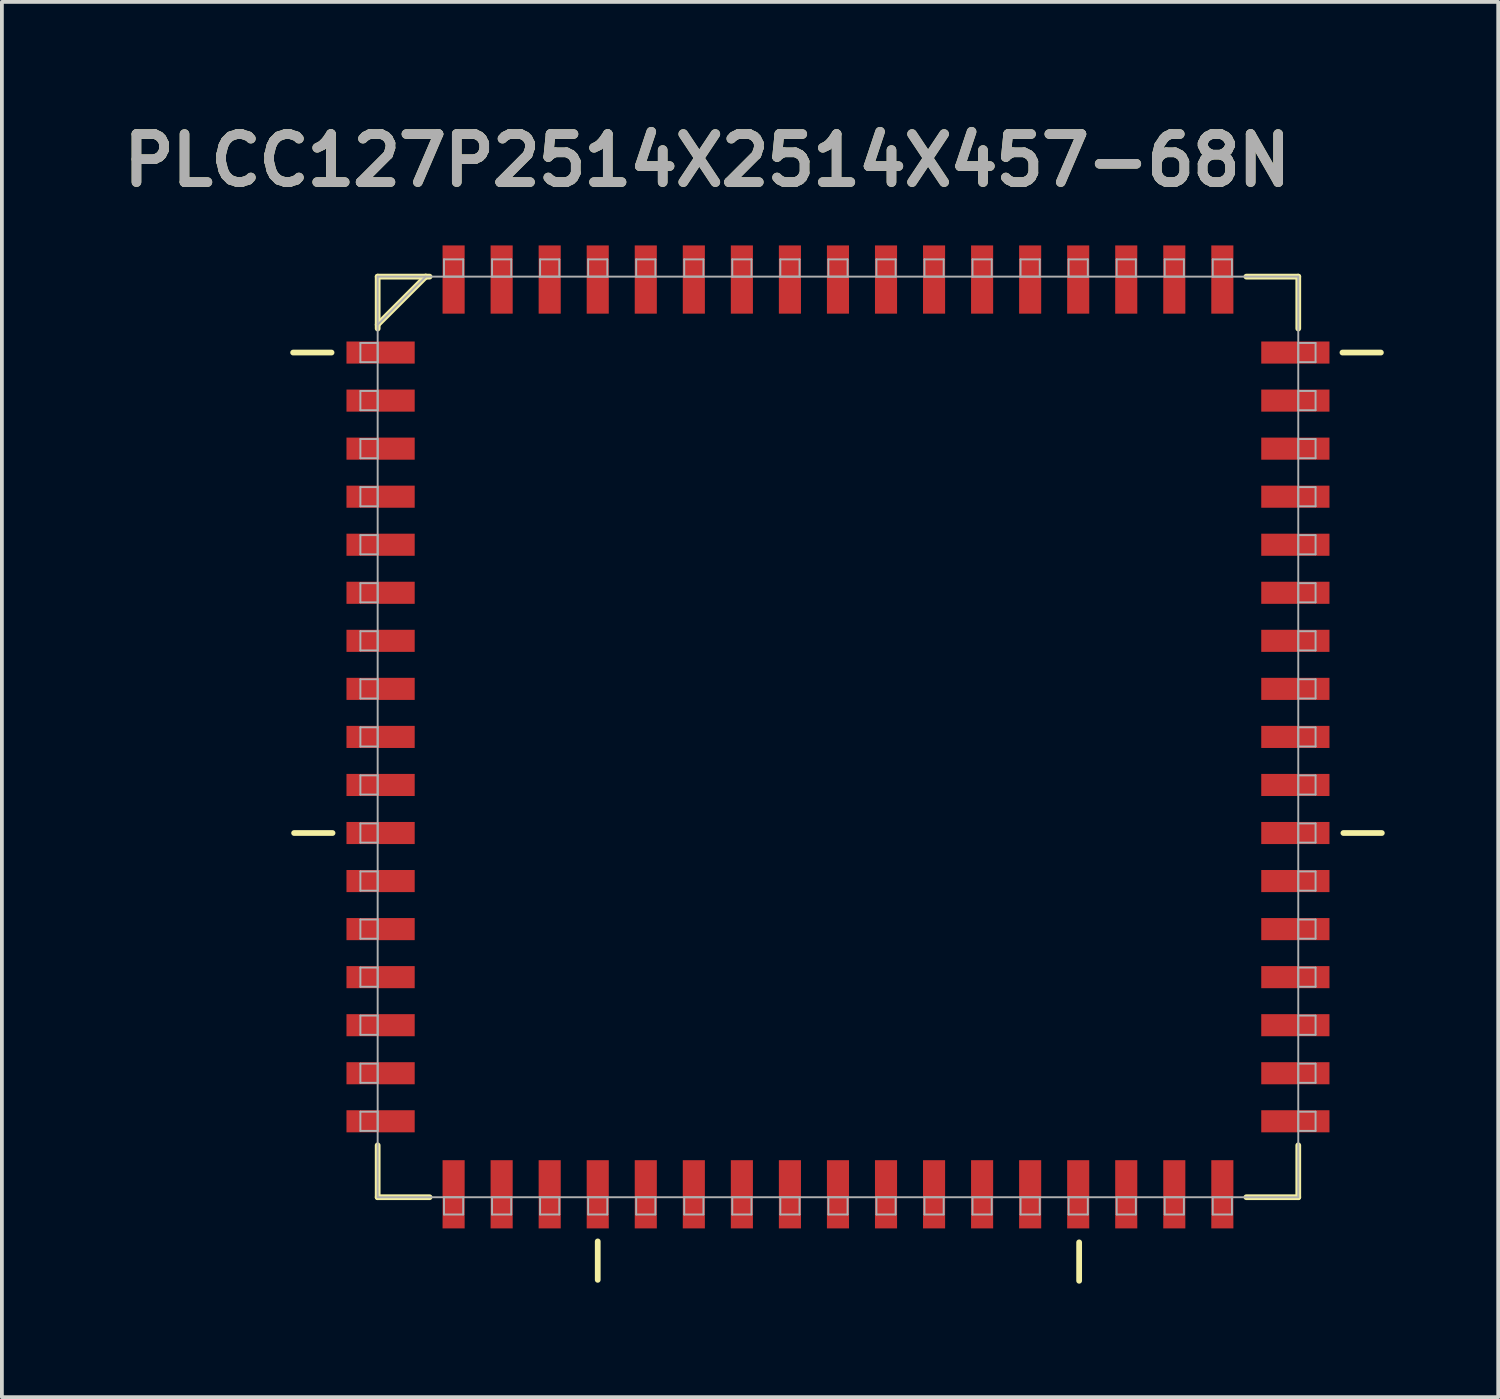
<source format=kicad_pcb>
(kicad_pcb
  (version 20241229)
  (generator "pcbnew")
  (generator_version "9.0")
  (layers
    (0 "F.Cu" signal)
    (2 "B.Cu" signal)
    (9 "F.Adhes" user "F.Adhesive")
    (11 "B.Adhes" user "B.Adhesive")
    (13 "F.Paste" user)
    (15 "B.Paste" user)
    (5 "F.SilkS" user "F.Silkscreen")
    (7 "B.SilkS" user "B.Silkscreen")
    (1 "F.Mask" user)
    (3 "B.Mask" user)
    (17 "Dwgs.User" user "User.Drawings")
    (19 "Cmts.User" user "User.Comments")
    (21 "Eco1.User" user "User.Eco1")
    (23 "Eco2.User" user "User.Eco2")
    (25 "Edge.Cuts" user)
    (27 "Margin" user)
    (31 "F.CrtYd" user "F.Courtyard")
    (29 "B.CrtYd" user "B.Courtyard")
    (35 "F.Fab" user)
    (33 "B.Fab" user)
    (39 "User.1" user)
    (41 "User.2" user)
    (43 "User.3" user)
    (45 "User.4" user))
  (footprint "PLCC127P2514X2514X457-68N"
    (layer "F.Cu")
    (at 19.1 16.429)
    (property "Reference" "PLCC127P2514X2514X457-68N" (at -3.454 -15.24 0) (layer "F.SilkS") (effects (font (size 1.27 1.27) (thickness 0.254))))
    (attr smd)
    (fp_line (start -14.402 -10.16) (end -13.386 -10.16) (stroke (width 0.152) (type solid)) (layer "F.SilkS"))
    (fp_line (start -13.36 2.54) (end -14.376 2.54) (stroke (width 0.152) (type solid)) (layer "F.SilkS"))
    (fp_line (start -12.167 -12.167) (end -12.167 -10.795) (stroke (width 0.152) (type solid)) (layer "F.SilkS"))
    (fp_line (start -12.167 -10.897) (end -10.897 -12.167) (stroke (width 0.152) (type solid)) (layer "F.SilkS"))
    (fp_line (start -12.167 10.795) (end -12.167 12.167) (stroke (width 0.152) (type solid)) (layer "F.SilkS"))
    (fp_line (start -12.167 12.167) (end -10.795 12.167) (stroke (width 0.152) (type solid)) (layer "F.SilkS"))
    (fp_line (start -10.897 -12.167) (end -12.167 -12.167) (stroke (width 0.152) (type solid)) (layer "F.SilkS"))
    (fp_line (start -10.795 -12.167) (end -10.897 -12.167) (stroke (width 0.152) (type solid)) (layer "F.SilkS"))
    (fp_line (start -6.35 13.335) (end -6.35 14.351) (stroke (width 0.152) (type solid)) (layer "F.SilkS"))
    (fp_line (start 6.375 13.36) (end 6.375 14.376) (stroke (width 0.152) (type solid)) (layer "F.SilkS"))
    (fp_line (start 10.795 12.167) (end 12.167 12.167) (stroke (width 0.152) (type solid)) (layer "F.SilkS"))
    (fp_line (start 12.167 -12.167) (end 10.795 -12.167) (stroke (width 0.152) (type solid)) (layer "F.SilkS"))
    (fp_line (start 12.167 -10.795) (end 12.167 -12.167) (stroke (width 0.152) (type solid)) (layer "F.SilkS"))
    (fp_line (start 12.167 12.167) (end 12.167 10.795) (stroke (width 0.152) (type solid)) (layer "F.SilkS"))
    (fp_line (start 13.335 -10.16) (end 14.351 -10.16) (stroke (width 0.152) (type solid)) (layer "F.SilkS"))
    (fp_line (start 13.36 2.54) (end 14.376 2.54) (stroke (width 0.152) (type solid)) (layer "F.SilkS"))
    (fp_line (start -12.624 -10.414) (end -12.624 -9.906) (stroke (width 0.051) (type solid)) (layer "F.Fab"))
    (fp_line (start -12.624 -9.906) (end -12.167 -9.906) (stroke (width 0.051) (type solid)) (layer "F.Fab"))
    (fp_line (start -12.624 -9.144) (end -12.624 -8.636) (stroke (width 0.051) (type solid)) (layer "F.Fab"))
    (fp_line (start -12.624 -8.636) (end -12.167 -8.636) (stroke (width 0.051) (type solid)) (layer "F.Fab"))
    (fp_line (start -12.624 -7.874) (end -12.624 -7.366) (stroke (width 0.051) (type solid)) (layer "F.Fab"))
    (fp_line (start -12.624 -7.366) (end -12.167 -7.366) (stroke (width 0.051) (type solid)) (layer "F.Fab"))
    (fp_line (start -12.624 -6.604) (end -12.624 -6.096) (stroke (width 0.051) (type solid)) (layer "F.Fab"))
    (fp_line (start -12.624 -6.096) (end -12.167 -6.096) (stroke (width 0.051) (type solid)) (layer "F.Fab"))
    (fp_line (start -12.624 -5.334) (end -12.624 -4.826) (stroke (width 0.051) (type solid)) (layer "F.Fab"))
    (fp_line (start -12.624 -4.826) (end -12.167 -4.826) (stroke (width 0.051) (type solid)) (layer "F.Fab"))
    (fp_line (start -12.624 -4.064) (end -12.624 -3.556) (stroke (width 0.051) (type solid)) (layer "F.Fab"))
    (fp_line (start -12.624 -3.556) (end -12.167 -3.556) (stroke (width 0.051) (type solid)) (layer "F.Fab"))
    (fp_line (start -12.624 -2.794) (end -12.624 -2.286) (stroke (width 0.051) (type solid)) (layer "F.Fab"))
    (fp_line (start -12.624 -2.286) (end -12.167 -2.286) (stroke (width 0.051) (type solid)) (layer "F.Fab"))
    (fp_line (start -12.624 -1.524) (end -12.624 -1.016) (stroke (width 0.051) (type solid)) (layer "F.Fab"))
    (fp_line (start -12.624 -1.016) (end -12.167 -1.016) (stroke (width 0.051) (type solid)) (layer "F.Fab"))
    (fp_line (start -12.624 -0.254) (end -12.624 0.254) (stroke (width 0.051) (type solid)) (layer "F.Fab"))
    (fp_line (start -12.624 0.254) (end -12.167 0.254) (stroke (width 0.051) (type solid)) (layer "F.Fab"))
    (fp_line (start -12.624 1.016) (end -12.624 1.524) (stroke (width 0.051) (type solid)) (layer "F.Fab"))
    (fp_line (start -12.624 1.524) (end -12.167 1.524) (stroke (width 0.051) (type solid)) (layer "F.Fab"))
    (fp_line (start -12.624 2.286) (end -12.624 2.794) (stroke (width 0.051) (type solid)) (layer "F.Fab"))
    (fp_line (start -12.624 2.794) (end -12.167 2.794) (stroke (width 0.051) (type solid)) (layer "F.Fab"))
    (fp_line (start -12.624 3.556) (end -12.624 4.064) (stroke (width 0.051) (type solid)) (layer "F.Fab"))
    (fp_line (start -12.624 4.064) (end -12.167 4.064) (stroke (width 0.051) (type solid)) (layer "F.Fab"))
    (fp_line (start -12.624 4.826) (end -12.624 5.334) (stroke (width 0.051) (type solid)) (layer "F.Fab"))
    (fp_line (start -12.624 5.334) (end -12.167 5.334) (stroke (width 0.051) (type solid)) (layer "F.Fab"))
    (fp_line (start -12.624 6.096) (end -12.624 6.604) (stroke (width 0.051) (type solid)) (layer "F.Fab"))
    (fp_line (start -12.624 6.604) (end -12.167 6.604) (stroke (width 0.051) (type solid)) (layer "F.Fab"))
    (fp_line (start -12.624 7.366) (end -12.624 7.874) (stroke (width 0.051) (type solid)) (layer "F.Fab"))
    (fp_line (start -12.624 7.874) (end -12.167 7.874) (stroke (width 0.051) (type solid)) (layer "F.Fab"))
    (fp_line (start -12.624 8.636) (end -12.624 9.144) (stroke (width 0.051) (type solid)) (layer "F.Fab"))
    (fp_line (start -12.624 9.144) (end -12.167 9.144) (stroke (width 0.051) (type solid)) (layer "F.Fab"))
    (fp_line (start -12.624 9.906) (end -12.624 10.414) (stroke (width 0.051) (type solid)) (layer "F.Fab"))
    (fp_line (start -12.624 10.414) (end -12.167 10.414) (stroke (width 0.051) (type solid)) (layer "F.Fab"))
    (fp_line (start -12.167 -12.167) (end -12.167 12.167) (stroke (width 0.051) (type solid)) (layer "F.Fab"))
    (fp_line (start -12.167 -10.897) (end -10.897 -12.167) (stroke (width 0.051) (type solid)) (layer "F.Fab"))
    (fp_line (start -12.167 -10.414) (end -12.624 -10.414) (stroke (width 0.051) (type solid)) (layer "F.Fab"))
    (fp_line (start -12.167 -9.906) (end -12.167 -10.414) (stroke (width 0.051) (type solid)) (layer "F.Fab"))
    (fp_line (start -12.167 -9.144) (end -12.624 -9.144) (stroke (width 0.051) (type solid)) (layer "F.Fab"))
    (fp_line (start -12.167 -8.636) (end -12.167 -9.144) (stroke (width 0.051) (type solid)) (layer "F.Fab"))
    (fp_line (start -12.167 -7.874) (end -12.624 -7.874) (stroke (width 0.051) (type solid)) (layer "F.Fab"))
    (fp_line (start -12.167 -7.366) (end -12.167 -7.874) (stroke (width 0.051) (type solid)) (layer "F.Fab"))
    (fp_line (start -12.167 -6.604) (end -12.624 -6.604) (stroke (width 0.051) (type solid)) (layer "F.Fab"))
    (fp_line (start -12.167 -6.096) (end -12.167 -6.604) (stroke (width 0.051) (type solid)) (layer "F.Fab"))
    (fp_line (start -12.167 -5.334) (end -12.624 -5.334) (stroke (width 0.051) (type solid)) (layer "F.Fab"))
    (fp_line (start -12.167 -4.826) (end -12.167 -5.334) (stroke (width 0.051) (type solid)) (layer "F.Fab"))
    (fp_line (start -12.167 -4.064) (end -12.624 -4.064) (stroke (width 0.051) (type solid)) (layer "F.Fab"))
    (fp_line (start -12.167 -3.556) (end -12.167 -4.064) (stroke (width 0.051) (type solid)) (layer "F.Fab"))
    (fp_line (start -12.167 -2.794) (end -12.624 -2.794) (stroke (width 0.051) (type solid)) (layer "F.Fab"))
    (fp_line (start -12.167 -2.286) (end -12.167 -2.794) (stroke (width 0.051) (type solid)) (layer "F.Fab"))
    (fp_line (start -12.167 -1.524) (end -12.624 -1.524) (stroke (width 0.051) (type solid)) (layer "F.Fab"))
    (fp_line (start -12.167 -1.016) (end -12.167 -1.524) (stroke (width 0.051) (type solid)) (layer "F.Fab"))
    (fp_line (start -12.167 -0.254) (end -12.624 -0.254) (stroke (width 0.051) (type solid)) (layer "F.Fab"))
    (fp_line (start -12.167 0.254) (end -12.167 -0.254) (stroke (width 0.051) (type solid)) (layer "F.Fab"))
    (fp_line (start -12.167 1.016) (end -12.624 1.016) (stroke (width 0.051) (type solid)) (layer "F.Fab"))
    (fp_line (start -12.167 1.524) (end -12.167 1.016) (stroke (width 0.051) (type solid)) (layer "F.Fab"))
    (fp_line (start -12.167 2.286) (end -12.624 2.286) (stroke (width 0.051) (type solid)) (layer "F.Fab"))
    (fp_line (start -12.167 2.794) (end -12.167 2.286) (stroke (width 0.051) (type solid)) (layer "F.Fab"))
    (fp_line (start -12.167 3.556) (end -12.624 3.556) (stroke (width 0.051) (type solid)) (layer "F.Fab"))
    (fp_line (start -12.167 4.064) (end -12.167 3.556) (stroke (width 0.051) (type solid)) (layer "F.Fab"))
    (fp_line (start -12.167 4.826) (end -12.624 4.826) (stroke (width 0.051) (type solid)) (layer "F.Fab"))
    (fp_line (start -12.167 5.334) (end -12.167 4.826) (stroke (width 0.051) (type solid)) (layer "F.Fab"))
    (fp_line (start -12.167 6.096) (end -12.624 6.096) (stroke (width 0.051) (type solid)) (layer "F.Fab"))
    (fp_line (start -12.167 6.604) (end -12.167 6.096) (stroke (width 0.051) (type solid)) (layer "F.Fab"))
    (fp_line (start -12.167 7.366) (end -12.624 7.366) (stroke (width 0.051) (type solid)) (layer "F.Fab"))
    (fp_line (start -12.167 7.874) (end -12.167 7.366) (stroke (width 0.051) (type solid)) (layer "F.Fab"))
    (fp_line (start -12.167 8.636) (end -12.624 8.636) (stroke (width 0.051) (type solid)) (layer "F.Fab"))
    (fp_line (start -12.167 9.144) (end -12.167 8.636) (stroke (width 0.051) (type solid)) (layer "F.Fab"))
    (fp_line (start -12.167 9.906) (end -12.624 9.906) (stroke (width 0.051) (type solid)) (layer "F.Fab"))
    (fp_line (start -12.167 10.414) (end -12.167 9.906) (stroke (width 0.051) (type solid)) (layer "F.Fab"))
    (fp_line (start -12.167 12.167) (end 12.167 12.167) (stroke (width 0.051) (type solid)) (layer "F.Fab"))
    (fp_line (start -10.414 -12.624) (end -10.414 -12.167) (stroke (width 0.051) (type solid)) (layer "F.Fab"))
    (fp_line (start -10.414 -12.167) (end -9.906 -12.167) (stroke (width 0.051) (type solid)) (layer "F.Fab"))
    (fp_line (start -10.414 12.167) (end -10.414 12.624) (stroke (width 0.051) (type solid)) (layer "F.Fab"))
    (fp_line (start -10.414 12.624) (end -9.906 12.624) (stroke (width 0.051) (type solid)) (layer "F.Fab"))
    (fp_line (start -9.906 -12.624) (end -10.414 -12.624) (stroke (width 0.051) (type solid)) (layer "F.Fab"))
    (fp_line (start -9.906 -12.167) (end -9.906 -12.624) (stroke (width 0.051) (type solid)) (layer "F.Fab"))
    (fp_line (start -9.906 12.167) (end -10.414 12.167) (stroke (width 0.051) (type solid)) (layer "F.Fab"))
    (fp_line (start -9.906 12.624) (end -9.906 12.167) (stroke (width 0.051) (type solid)) (layer "F.Fab"))
    (fp_line (start -9.144 -12.624) (end -9.144 -12.167) (stroke (width 0.051) (type solid)) (layer "F.Fab"))
    (fp_line (start -9.144 -12.167) (end -8.636 -12.167) (stroke (width 0.051) (type solid)) (layer "F.Fab"))
    (fp_line (start -9.144 12.167) (end -9.144 12.624) (stroke (width 0.051) (type solid)) (layer "F.Fab"))
    (fp_line (start -9.144 12.624) (end -8.636 12.624) (stroke (width 0.051) (type solid)) (layer "F.Fab"))
    (fp_line (start -8.636 -12.624) (end -9.144 -12.624) (stroke (width 0.051) (type solid)) (layer "F.Fab"))
    (fp_line (start -8.636 -12.167) (end -8.636 -12.624) (stroke (width 0.051) (type solid)) (layer "F.Fab"))
    (fp_line (start -8.636 12.167) (end -9.144 12.167) (stroke (width 0.051) (type solid)) (layer "F.Fab"))
    (fp_line (start -8.636 12.624) (end -8.636 12.167) (stroke (width 0.051) (type solid)) (layer "F.Fab"))
    (fp_line (start -7.874 -12.624) (end -7.874 -12.167) (stroke (width 0.051) (type solid)) (layer "F.Fab"))
    (fp_line (start -7.874 -12.167) (end -7.366 -12.167) (stroke (width 0.051) (type solid)) (layer "F.Fab"))
    (fp_line (start -7.874 12.167) (end -7.874 12.624) (stroke (width 0.051) (type solid)) (layer "F.Fab"))
    (fp_line (start -7.874 12.624) (end -7.366 12.624) (stroke (width 0.051) (type solid)) (layer "F.Fab"))
    (fp_line (start -7.366 -12.624) (end -7.874 -12.624) (stroke (width 0.051) (type solid)) (layer "F.Fab"))
    (fp_line (start -7.366 -12.167) (end -7.366 -12.624) (stroke (width 0.051) (type solid)) (layer "F.Fab"))
    (fp_line (start -7.366 12.167) (end -7.874 12.167) (stroke (width 0.051) (type solid)) (layer "F.Fab"))
    (fp_line (start -7.366 12.624) (end -7.366 12.167) (stroke (width 0.051) (type solid)) (layer "F.Fab"))
    (fp_line (start -6.604 -12.624) (end -6.604 -12.167) (stroke (width 0.051) (type solid)) (layer "F.Fab"))
    (fp_line (start -6.604 -12.167) (end -6.096 -12.167) (stroke (width 0.051) (type solid)) (layer "F.Fab"))
    (fp_line (start -6.604 12.167) (end -6.604 12.624) (stroke (width 0.051) (type solid)) (layer "F.Fab"))
    (fp_line (start -6.604 12.624) (end -6.096 12.624) (stroke (width 0.051) (type solid)) (layer "F.Fab"))
    (fp_line (start -6.096 -12.624) (end -6.604 -12.624) (stroke (width 0.051) (type solid)) (layer "F.Fab"))
    (fp_line (start -6.096 -12.167) (end -6.096 -12.624) (stroke (width 0.051) (type solid)) (layer "F.Fab"))
    (fp_line (start -6.096 12.167) (end -6.604 12.167) (stroke (width 0.051) (type solid)) (layer "F.Fab"))
    (fp_line (start -6.096 12.624) (end -6.096 12.167) (stroke (width 0.051) (type solid)) (layer "F.Fab"))
    (fp_line (start -5.334 -12.624) (end -5.334 -12.167) (stroke (width 0.051) (type solid)) (layer "F.Fab"))
    (fp_line (start -5.334 -12.167) (end -4.826 -12.167) (stroke (width 0.051) (type solid)) (layer "F.Fab"))
    (fp_line (start -5.334 12.167) (end -5.334 12.624) (stroke (width 0.051) (type solid)) (layer "F.Fab"))
    (fp_line (start -5.334 12.624) (end -4.826 12.624) (stroke (width 0.051) (type solid)) (layer "F.Fab"))
    (fp_line (start -4.826 -12.624) (end -5.334 -12.624) (stroke (width 0.051) (type solid)) (layer "F.Fab"))
    (fp_line (start -4.826 -12.167) (end -4.826 -12.624) (stroke (width 0.051) (type solid)) (layer "F.Fab"))
    (fp_line (start -4.826 12.167) (end -5.334 12.167) (stroke (width 0.051) (type solid)) (layer "F.Fab"))
    (fp_line (start -4.826 12.624) (end -4.826 12.167) (stroke (width 0.051) (type solid)) (layer "F.Fab"))
    (fp_line (start -4.064 -12.624) (end -4.064 -12.167) (stroke (width 0.051) (type solid)) (layer "F.Fab"))
    (fp_line (start -4.064 -12.167) (end -3.556 -12.167) (stroke (width 0.051) (type solid)) (layer "F.Fab"))
    (fp_line (start -4.064 12.167) (end -4.064 12.624) (stroke (width 0.051) (type solid)) (layer "F.Fab"))
    (fp_line (start -4.064 12.624) (end -3.556 12.624) (stroke (width 0.051) (type solid)) (layer "F.Fab"))
    (fp_line (start -3.556 -12.624) (end -4.064 -12.624) (stroke (width 0.051) (type solid)) (layer "F.Fab"))
    (fp_line (start -3.556 -12.167) (end -3.556 -12.624) (stroke (width 0.051) (type solid)) (layer "F.Fab"))
    (fp_line (start -3.556 12.167) (end -4.064 12.167) (stroke (width 0.051) (type solid)) (layer "F.Fab"))
    (fp_line (start -3.556 12.624) (end -3.556 12.167) (stroke (width 0.051) (type solid)) (layer "F.Fab"))
    (fp_line (start -2.794 -12.624) (end -2.794 -12.167) (stroke (width 0.051) (type solid)) (layer "F.Fab"))
    (fp_line (start -2.794 -12.167) (end -2.286 -12.167) (stroke (width 0.051) (type solid)) (layer "F.Fab"))
    (fp_line (start -2.794 12.167) (end -2.794 12.624) (stroke (width 0.051) (type solid)) (layer "F.Fab"))
    (fp_line (start -2.794 12.624) (end -2.286 12.624) (stroke (width 0.051) (type solid)) (layer "F.Fab"))
    (fp_line (start -2.286 -12.624) (end -2.794 -12.624) (stroke (width 0.051) (type solid)) (layer "F.Fab"))
    (fp_line (start -2.286 -12.167) (end -2.286 -12.624) (stroke (width 0.051) (type solid)) (layer "F.Fab"))
    (fp_line (start -2.286 12.167) (end -2.794 12.167) (stroke (width 0.051) (type solid)) (layer "F.Fab"))
    (fp_line (start -2.286 12.624) (end -2.286 12.167) (stroke (width 0.051) (type solid)) (layer "F.Fab"))
    (fp_line (start -1.524 -12.624) (end -1.524 -12.167) (stroke (width 0.051) (type solid)) (layer "F.Fab"))
    (fp_line (start -1.524 -12.167) (end -1.016 -12.167) (stroke (width 0.051) (type solid)) (layer "F.Fab"))
    (fp_line (start -1.524 12.167) (end -1.524 12.624) (stroke (width 0.051) (type solid)) (layer "F.Fab"))
    (fp_line (start -1.524 12.624) (end -1.016 12.624) (stroke (width 0.051) (type solid)) (layer "F.Fab"))
    (fp_line (start -1.016 -12.624) (end -1.524 -12.624) (stroke (width 0.051) (type solid)) (layer "F.Fab"))
    (fp_line (start -1.016 -12.167) (end -1.016 -12.624) (stroke (width 0.051) (type solid)) (layer "F.Fab"))
    (fp_line (start -1.016 12.167) (end -1.524 12.167) (stroke (width 0.051) (type solid)) (layer "F.Fab"))
    (fp_line (start -1.016 12.624) (end -1.016 12.167) (stroke (width 0.051) (type solid)) (layer "F.Fab"))
    (fp_line (start -0.254 -12.624) (end -0.254 -12.167) (stroke (width 0.051) (type solid)) (layer "F.Fab"))
    (fp_line (start -0.254 -12.167) (end 0.254 -12.167) (stroke (width 0.051) (type solid)) (layer "F.Fab"))
    (fp_line (start -0.254 12.167) (end -0.254 12.624) (stroke (width 0.051) (type solid)) (layer "F.Fab"))
    (fp_line (start -0.254 12.624) (end 0.254 12.624) (stroke (width 0.051) (type solid)) (layer "F.Fab"))
    (fp_line (start 0.254 -12.624) (end -0.254 -12.624) (stroke (width 0.051) (type solid)) (layer "F.Fab"))
    (fp_line (start 0.254 -12.167) (end 0.254 -12.624) (stroke (width 0.051) (type solid)) (layer "F.Fab"))
    (fp_line (start 0.254 12.167) (end -0.254 12.167) (stroke (width 0.051) (type solid)) (layer "F.Fab"))
    (fp_line (start 0.254 12.624) (end 0.254 12.167) (stroke (width 0.051) (type solid)) (layer "F.Fab"))
    (fp_line (start 1.016 -12.624) (end 1.016 -12.167) (stroke (width 0.051) (type solid)) (layer "F.Fab"))
    (fp_line (start 1.016 -12.167) (end 1.524 -12.167) (stroke (width 0.051) (type solid)) (layer "F.Fab"))
    (fp_line (start 1.016 12.167) (end 1.016 12.624) (stroke (width 0.051) (type solid)) (layer "F.Fab"))
    (fp_line (start 1.016 12.624) (end 1.524 12.624) (stroke (width 0.051) (type solid)) (layer "F.Fab"))
    (fp_line (start 1.524 -12.624) (end 1.016 -12.624) (stroke (width 0.051) (type solid)) (layer "F.Fab"))
    (fp_line (start 1.524 -12.167) (end 1.524 -12.624) (stroke (width 0.051) (type solid)) (layer "F.Fab"))
    (fp_line (start 1.524 12.167) (end 1.016 12.167) (stroke (width 0.051) (type solid)) (layer "F.Fab"))
    (fp_line (start 1.524 12.624) (end 1.524 12.167) (stroke (width 0.051) (type solid)) (layer "F.Fab"))
    (fp_line (start 2.286 -12.624) (end 2.286 -12.167) (stroke (width 0.051) (type solid)) (layer "F.Fab"))
    (fp_line (start 2.286 -12.167) (end 2.794 -12.167) (stroke (width 0.051) (type solid)) (layer "F.Fab"))
    (fp_line (start 2.286 12.167) (end 2.286 12.624) (stroke (width 0.051) (type solid)) (layer "F.Fab"))
    (fp_line (start 2.286 12.624) (end 2.794 12.624) (stroke (width 0.051) (type solid)) (layer "F.Fab"))
    (fp_line (start 2.794 -12.624) (end 2.286 -12.624) (stroke (width 0.051) (type solid)) (layer "F.Fab"))
    (fp_line (start 2.794 -12.167) (end 2.794 -12.624) (stroke (width 0.051) (type solid)) (layer "F.Fab"))
    (fp_line (start 2.794 12.167) (end 2.286 12.167) (stroke (width 0.051) (type solid)) (layer "F.Fab"))
    (fp_line (start 2.794 12.624) (end 2.794 12.167) (stroke (width 0.051) (type solid)) (layer "F.Fab"))
    (fp_line (start 3.556 -12.624) (end 3.556 -12.167) (stroke (width 0.051) (type solid)) (layer "F.Fab"))
    (fp_line (start 3.556 -12.167) (end 4.064 -12.167) (stroke (width 0.051) (type solid)) (layer "F.Fab"))
    (fp_line (start 3.556 12.167) (end 3.556 12.624) (stroke (width 0.051) (type solid)) (layer "F.Fab"))
    (fp_line (start 3.556 12.624) (end 4.064 12.624) (stroke (width 0.051) (type solid)) (layer "F.Fab"))
    (fp_line (start 4.064 -12.624) (end 3.556 -12.624) (stroke (width 0.051) (type solid)) (layer "F.Fab"))
    (fp_line (start 4.064 -12.167) (end 4.064 -12.624) (stroke (width 0.051) (type solid)) (layer "F.Fab"))
    (fp_line (start 4.064 12.167) (end 3.556 12.167) (stroke (width 0.051) (type solid)) (layer "F.Fab"))
    (fp_line (start 4.064 12.624) (end 4.064 12.167) (stroke (width 0.051) (type solid)) (layer "F.Fab"))
    (fp_line (start 4.826 -12.624) (end 4.826 -12.167) (stroke (width 0.051) (type solid)) (layer "F.Fab"))
    (fp_line (start 4.826 -12.167) (end 5.334 -12.167) (stroke (width 0.051) (type solid)) (layer "F.Fab"))
    (fp_line (start 4.826 12.167) (end 4.826 12.624) (stroke (width 0.051) (type solid)) (layer "F.Fab"))
    (fp_line (start 4.826 12.624) (end 5.334 12.624) (stroke (width 0.051) (type solid)) (layer "F.Fab"))
    (fp_line (start 5.334 -12.624) (end 4.826 -12.624) (stroke (width 0.051) (type solid)) (layer "F.Fab"))
    (fp_line (start 5.334 -12.167) (end 5.334 -12.624) (stroke (width 0.051) (type solid)) (layer "F.Fab"))
    (fp_line (start 5.334 12.167) (end 4.826 12.167) (stroke (width 0.051) (type solid)) (layer "F.Fab"))
    (fp_line (start 5.334 12.624) (end 5.334 12.167) (stroke (width 0.051) (type solid)) (layer "F.Fab"))
    (fp_line (start 6.096 -12.624) (end 6.096 -12.167) (stroke (width 0.051) (type solid)) (layer "F.Fab"))
    (fp_line (start 6.096 -12.167) (end 6.604 -12.167) (stroke (width 0.051) (type solid)) (layer "F.Fab"))
    (fp_line (start 6.096 12.167) (end 6.096 12.624) (stroke (width 0.051) (type solid)) (layer "F.Fab"))
    (fp_line (start 6.096 12.624) (end 6.604 12.624) (stroke (width 0.051) (type solid)) (layer "F.Fab"))
    (fp_line (start 6.604 -12.624) (end 6.096 -12.624) (stroke (width 0.051) (type solid)) (layer "F.Fab"))
    (fp_line (start 6.604 -12.167) (end 6.604 -12.624) (stroke (width 0.051) (type solid)) (layer "F.Fab"))
    (fp_line (start 6.604 12.167) (end 6.096 12.167) (stroke (width 0.051) (type solid)) (layer "F.Fab"))
    (fp_line (start 6.604 12.624) (end 6.604 12.167) (stroke (width 0.051) (type solid)) (layer "F.Fab"))
    (fp_line (start 7.366 -12.624) (end 7.366 -12.167) (stroke (width 0.051) (type solid)) (layer "F.Fab"))
    (fp_line (start 7.366 -12.167) (end 7.874 -12.167) (stroke (width 0.051) (type solid)) (layer "F.Fab"))
    (fp_line (start 7.366 12.167) (end 7.366 12.624) (stroke (width 0.051) (type solid)) (layer "F.Fab"))
    (fp_line (start 7.366 12.624) (end 7.874 12.624) (stroke (width 0.051) (type solid)) (layer "F.Fab"))
    (fp_line (start 7.874 -12.624) (end 7.366 -12.624) (stroke (width 0.051) (type solid)) (layer "F.Fab"))
    (fp_line (start 7.874 -12.167) (end 7.874 -12.624) (stroke (width 0.051) (type solid)) (layer "F.Fab"))
    (fp_line (start 7.874 12.167) (end 7.366 12.167) (stroke (width 0.051) (type solid)) (layer "F.Fab"))
    (fp_line (start 7.874 12.624) (end 7.874 12.167) (stroke (width 0.051) (type solid)) (layer "F.Fab"))
    (fp_line (start 8.636 -12.624) (end 8.636 -12.167) (stroke (width 0.051) (type solid)) (layer "F.Fab"))
    (fp_line (start 8.636 -12.167) (end 9.144 -12.167) (stroke (width 0.051) (type solid)) (layer "F.Fab"))
    (fp_line (start 8.636 12.167) (end 8.636 12.624) (stroke (width 0.051) (type solid)) (layer "F.Fab"))
    (fp_line (start 8.636 12.624) (end 9.144 12.624) (stroke (width 0.051) (type solid)) (layer "F.Fab"))
    (fp_line (start 9.144 -12.624) (end 8.636 -12.624) (stroke (width 0.051) (type solid)) (layer "F.Fab"))
    (fp_line (start 9.144 -12.167) (end 9.144 -12.624) (stroke (width 0.051) (type solid)) (layer "F.Fab"))
    (fp_line (start 9.144 12.167) (end 8.636 12.167) (stroke (width 0.051) (type solid)) (layer "F.Fab"))
    (fp_line (start 9.144 12.624) (end 9.144 12.167) (stroke (width 0.051) (type solid)) (layer "F.Fab"))
    (fp_line (start 9.906 -12.624) (end 9.906 -12.167) (stroke (width 0.051) (type solid)) (layer "F.Fab"))
    (fp_line (start 9.906 -12.167) (end 10.414 -12.167) (stroke (width 0.051) (type solid)) (layer "F.Fab"))
    (fp_line (start 9.906 12.167) (end 9.906 12.624) (stroke (width 0.051) (type solid)) (layer "F.Fab"))
    (fp_line (start 9.906 12.624) (end 10.414 12.624) (stroke (width 0.051) (type solid)) (layer "F.Fab"))
    (fp_line (start 10.414 -12.624) (end 9.906 -12.624) (stroke (width 0.051) (type solid)) (layer "F.Fab"))
    (fp_line (start 10.414 -12.167) (end 10.414 -12.624) (stroke (width 0.051) (type solid)) (layer "F.Fab"))
    (fp_line (start 10.414 12.167) (end 9.906 12.167) (stroke (width 0.051) (type solid)) (layer "F.Fab"))
    (fp_line (start 10.414 12.624) (end 10.414 12.167) (stroke (width 0.051) (type solid)) (layer "F.Fab"))
    (fp_line (start 12.167 -12.167) (end -12.167 -12.167) (stroke (width 0.051) (type solid)) (layer "F.Fab"))
    (fp_line (start 12.167 -10.414) (end 12.167 -9.906) (stroke (width 0.051) (type solid)) (layer "F.Fab"))
    (fp_line (start 12.167 -9.906) (end 12.624 -9.906) (stroke (width 0.051) (type solid)) (layer "F.Fab"))
    (fp_line (start 12.167 -9.144) (end 12.167 -8.636) (stroke (width 0.051) (type solid)) (layer "F.Fab"))
    (fp_line (start 12.167 -8.636) (end 12.624 -8.636) (stroke (width 0.051) (type solid)) (layer "F.Fab"))
    (fp_line (start 12.167 -7.874) (end 12.167 -7.366) (stroke (width 0.051) (type solid)) (layer "F.Fab"))
    (fp_line (start 12.167 -7.366) (end 12.624 -7.366) (stroke (width 0.051) (type solid)) (layer "F.Fab"))
    (fp_line (start 12.167 -6.604) (end 12.167 -6.096) (stroke (width 0.051) (type solid)) (layer "F.Fab"))
    (fp_line (start 12.167 -6.096) (end 12.624 -6.096) (stroke (width 0.051) (type solid)) (layer "F.Fab"))
    (fp_line (start 12.167 -5.334) (end 12.167 -4.826) (stroke (width 0.051) (type solid)) (layer "F.Fab"))
    (fp_line (start 12.167 -4.826) (end 12.624 -4.826) (stroke (width 0.051) (type solid)) (layer "F.Fab"))
    (fp_line (start 12.167 -4.064) (end 12.167 -3.556) (stroke (width 0.051) (type solid)) (layer "F.Fab"))
    (fp_line (start 12.167 -3.556) (end 12.624 -3.556) (stroke (width 0.051) (type solid)) (layer "F.Fab"))
    (fp_line (start 12.167 -2.794) (end 12.167 -2.286) (stroke (width 0.051) (type solid)) (layer "F.Fab"))
    (fp_line (start 12.167 -2.286) (end 12.624 -2.286) (stroke (width 0.051) (type solid)) (layer "F.Fab"))
    (fp_line (start 12.167 -1.524) (end 12.167 -1.016) (stroke (width 0.051) (type solid)) (layer "F.Fab"))
    (fp_line (start 12.167 -1.016) (end 12.624 -1.016) (stroke (width 0.051) (type solid)) (layer "F.Fab"))
    (fp_line (start 12.167 -0.254) (end 12.167 0.254) (stroke (width 0.051) (type solid)) (layer "F.Fab"))
    (fp_line (start 12.167 0.254) (end 12.624 0.254) (stroke (width 0.051) (type solid)) (layer "F.Fab"))
    (fp_line (start 12.167 1.016) (end 12.167 1.524) (stroke (width 0.051) (type solid)) (layer "F.Fab"))
    (fp_line (start 12.167 1.524) (end 12.624 1.524) (stroke (width 0.051) (type solid)) (layer "F.Fab"))
    (fp_line (start 12.167 2.286) (end 12.167 2.794) (stroke (width 0.051) (type solid)) (layer "F.Fab"))
    (fp_line (start 12.167 2.794) (end 12.624 2.794) (stroke (width 0.051) (type solid)) (layer "F.Fab"))
    (fp_line (start 12.167 3.556) (end 12.167 4.064) (stroke (width 0.051) (type solid)) (layer "F.Fab"))
    (fp_line (start 12.167 4.064) (end 12.624 4.064) (stroke (width 0.051) (type solid)) (layer "F.Fab"))
    (fp_line (start 12.167 4.826) (end 12.167 5.334) (stroke (width 0.051) (type solid)) (layer "F.Fab"))
    (fp_line (start 12.167 5.334) (end 12.624 5.334) (stroke (width 0.051) (type solid)) (layer "F.Fab"))
    (fp_line (start 12.167 6.096) (end 12.167 6.604) (stroke (width 0.051) (type solid)) (layer "F.Fab"))
    (fp_line (start 12.167 6.604) (end 12.624 6.604) (stroke (width 0.051) (type solid)) (layer "F.Fab"))
    (fp_line (start 12.167 7.366) (end 12.167 7.874) (stroke (width 0.051) (type solid)) (layer "F.Fab"))
    (fp_line (start 12.167 7.874) (end 12.624 7.874) (stroke (width 0.051) (type solid)) (layer "F.Fab"))
    (fp_line (start 12.167 8.636) (end 12.167 9.144) (stroke (width 0.051) (type solid)) (layer "F.Fab"))
    (fp_line (start 12.167 9.144) (end 12.624 9.144) (stroke (width 0.051) (type solid)) (layer "F.Fab"))
    (fp_line (start 12.167 9.906) (end 12.167 10.414) (stroke (width 0.051) (type solid)) (layer "F.Fab"))
    (fp_line (start 12.167 10.414) (end 12.624 10.414) (stroke (width 0.051) (type solid)) (layer "F.Fab"))
    (fp_line (start 12.167 12.167) (end 12.167 -12.167) (stroke (width 0.051) (type solid)) (layer "F.Fab"))
    (fp_line (start 12.624 -10.414) (end 12.167 -10.414) (stroke (width 0.051) (type solid)) (layer "F.Fab"))
    (fp_line (start 12.624 -9.906) (end 12.624 -10.414) (stroke (width 0.051) (type solid)) (layer "F.Fab"))
    (fp_line (start 12.624 -9.144) (end 12.167 -9.144) (stroke (width 0.051) (type solid)) (layer "F.Fab"))
    (fp_line (start 12.624 -8.636) (end 12.624 -9.144) (stroke (width 0.051) (type solid)) (layer "F.Fab"))
    (fp_line (start 12.624 -7.874) (end 12.167 -7.874) (stroke (width 0.051) (type solid)) (layer "F.Fab"))
    (fp_line (start 12.624 -7.366) (end 12.624 -7.874) (stroke (width 0.051) (type solid)) (layer "F.Fab"))
    (fp_line (start 12.624 -6.604) (end 12.167 -6.604) (stroke (width 0.051) (type solid)) (layer "F.Fab"))
    (fp_line (start 12.624 -6.096) (end 12.624 -6.604) (stroke (width 0.051) (type solid)) (layer "F.Fab"))
    (fp_line (start 12.624 -5.334) (end 12.167 -5.334) (stroke (width 0.051) (type solid)) (layer "F.Fab"))
    (fp_line (start 12.624 -4.826) (end 12.624 -5.334) (stroke (width 0.051) (type solid)) (layer "F.Fab"))
    (fp_line (start 12.624 -4.064) (end 12.167 -4.064) (stroke (width 0.051) (type solid)) (layer "F.Fab"))
    (fp_line (start 12.624 -3.556) (end 12.624 -4.064) (stroke (width 0.051) (type solid)) (layer "F.Fab"))
    (fp_line (start 12.624 -2.794) (end 12.167 -2.794) (stroke (width 0.051) (type solid)) (layer "F.Fab"))
    (fp_line (start 12.624 -2.286) (end 12.624 -2.794) (stroke (width 0.051) (type solid)) (layer "F.Fab"))
    (fp_line (start 12.624 -1.524) (end 12.167 -1.524) (stroke (width 0.051) (type solid)) (layer "F.Fab"))
    (fp_line (start 12.624 -1.016) (end 12.624 -1.524) (stroke (width 0.051) (type solid)) (layer "F.Fab"))
    (fp_line (start 12.624 -0.254) (end 12.167 -0.254) (stroke (width 0.051) (type solid)) (layer "F.Fab"))
    (fp_line (start 12.624 0.254) (end 12.624 -0.254) (stroke (width 0.051) (type solid)) (layer "F.Fab"))
    (fp_line (start 12.624 1.016) (end 12.167 1.016) (stroke (width 0.051) (type solid)) (layer "F.Fab"))
    (fp_line (start 12.624 1.524) (end 12.624 1.016) (stroke (width 0.051) (type solid)) (layer "F.Fab"))
    (fp_line (start 12.624 2.286) (end 12.167 2.286) (stroke (width 0.051) (type solid)) (layer "F.Fab"))
    (fp_line (start 12.624 2.794) (end 12.624 2.286) (stroke (width 0.051) (type solid)) (layer "F.Fab"))
    (fp_line (start 12.624 3.556) (end 12.167 3.556) (stroke (width 0.051) (type solid)) (layer "F.Fab"))
    (fp_line (start 12.624 4.064) (end 12.624 3.556) (stroke (width 0.051) (type solid)) (layer "F.Fab"))
    (fp_line (start 12.624 4.826) (end 12.167 4.826) (stroke (width 0.051) (type solid)) (layer "F.Fab"))
    (fp_line (start 12.624 5.334) (end 12.624 4.826) (stroke (width 0.051) (type solid)) (layer "F.Fab"))
    (fp_line (start 12.624 6.096) (end 12.167 6.096) (stroke (width 0.051) (type solid)) (layer "F.Fab"))
    (fp_line (start 12.624 6.604) (end 12.624 6.096) (stroke (width 0.051) (type solid)) (layer "F.Fab"))
    (fp_line (start 12.624 7.366) (end 12.167 7.366) (stroke (width 0.051) (type solid)) (layer "F.Fab"))
    (fp_line (start 12.624 7.874) (end 12.624 7.366) (stroke (width 0.051) (type solid)) (layer "F.Fab"))
    (fp_line (start 12.624 8.636) (end 12.167 8.636) (stroke (width 0.051) (type solid)) (layer "F.Fab"))
    (fp_line (start 12.624 9.144) (end 12.624 8.636) (stroke (width 0.051) (type solid)) (layer "F.Fab"))
    (fp_line (start 12.624 9.906) (end 12.167 9.906) (stroke (width 0.051) (type solid)) (layer "F.Fab"))
    (fp_line (start 12.624 10.414) (end 12.624 9.906) (stroke (width 0.051) (type solid)) (layer "F.Fab"))
    (fp_text user "${REFERENCE}" (at -3.454 -15.24 0) (layer "F.Fab") (effects (font (size 1.27 1.27) (thickness 0.254))))
    (pad "1" smd rect (at 0 -12.09) (size 0.584 1.803) (layers "F.Cu" "F.Mask" "F.Paste"))
    (pad "2" smd rect (at -1.27 -12.09) (size 0.584 1.803) (layers "F.Cu" "F.Mask" "F.Paste"))
    (pad "3" smd rect (at -2.54 -12.09) (size 0.584 1.803) (layers "F.Cu" "F.Mask" "F.Paste"))
    (pad "4" smd rect (at -3.81 -12.09) (size 0.584 1.803) (layers "F.Cu" "F.Mask" "F.Paste"))
    (pad "5" smd rect (at -5.08 -12.09) (size 0.584 1.803) (layers "F.Cu" "F.Mask" "F.Paste"))
    (pad "6" smd rect (at -6.35 -12.09) (size 0.584 1.803) (layers "F.Cu" "F.Mask" "F.Paste"))
    (pad "7" smd rect (at -7.62 -12.09) (size 0.584 1.803) (layers "F.Cu" "F.Mask" "F.Paste"))
    (pad "8" smd rect (at -8.89 -12.09) (size 0.584 1.803) (layers "F.Cu" "F.Mask" "F.Paste"))
    (pad "9" smd rect (at -10.16 -12.09) (size 0.584 1.803) (layers "F.Cu" "F.Mask" "F.Paste"))
    (pad "10" smd rect (at -12.09 -10.16 90) (size 0.584 1.803) (layers "F.Cu" "F.Mask" "F.Paste"))
    (pad "11" smd rect (at -12.09 -8.89 90) (size 0.584 1.803) (layers "F.Cu" "F.Mask" "F.Paste"))
    (pad "12" smd rect (at -12.09 -7.62 90) (size 0.584 1.803) (layers "F.Cu" "F.Mask" "F.Paste"))
    (pad "13" smd rect (at -12.09 -6.35 90) (size 0.584 1.803) (layers "F.Cu" "F.Mask" "F.Paste"))
    (pad "14" smd rect (at -12.09 -5.08 90) (size 0.584 1.803) (layers "F.Cu" "F.Mask" "F.Paste"))
    (pad "15" smd rect (at -12.09 -3.81 90) (size 0.584 1.803) (layers "F.Cu" "F.Mask" "F.Paste"))
    (pad "16" smd rect (at -12.09 -2.54 90) (size 0.584 1.803) (layers "F.Cu" "F.Mask" "F.Paste"))
    (pad "17" smd rect (at -12.09 -1.27 90) (size 0.584 1.803) (layers "F.Cu" "F.Mask" "F.Paste"))
    (pad "18" smd rect (at -12.09 0 90) (size 0.584 1.803) (layers "F.Cu" "F.Mask" "F.Paste"))
    (pad "19" smd rect (at -12.09 1.27 90) (size 0.584 1.803) (layers "F.Cu" "F.Mask" "F.Paste"))
    (pad "20" smd rect (at -12.09 2.54 90) (size 0.584 1.803) (layers "F.Cu" "F.Mask" "F.Paste"))
    (pad "21" smd rect (at -12.09 3.81 90) (size 0.584 1.803) (layers "F.Cu" "F.Mask" "F.Paste"))
    (pad "22" smd rect (at -12.09 5.08 90) (size 0.584 1.803) (layers "F.Cu" "F.Mask" "F.Paste"))
    (pad "23" smd rect (at -12.09 6.35 90) (size 0.584 1.803) (layers "F.Cu" "F.Mask" "F.Paste"))
    (pad "24" smd rect (at -12.09 7.62 90) (size 0.584 1.803) (layers "F.Cu" "F.Mask" "F.Paste"))
    (pad "25" smd rect (at -12.09 8.89 90) (size 0.584 1.803) (layers "F.Cu" "F.Mask" "F.Paste"))
    (pad "26" smd rect (at -12.09 10.16 90) (size 0.584 1.803) (layers "F.Cu" "F.Mask" "F.Paste"))
    (pad "27" smd rect (at -10.16 12.09) (size 0.584 1.803) (layers "F.Cu" "F.Mask" "F.Paste"))
    (pad "28" smd rect (at -8.89 12.09) (size 0.584 1.803) (layers "F.Cu" "F.Mask" "F.Paste"))
    (pad "29" smd rect (at -7.62 12.09) (size 0.584 1.803) (layers "F.Cu" "F.Mask" "F.Paste"))
    (pad "30" smd rect (at -6.35 12.09) (size 0.584 1.803) (layers "F.Cu" "F.Mask" "F.Paste"))
    (pad "31" smd rect (at -5.08 12.09) (size 0.584 1.803) (layers "F.Cu" "F.Mask" "F.Paste"))
    (pad "32" smd rect (at -3.81 12.09) (size 0.584 1.803) (layers "F.Cu" "F.Mask" "F.Paste"))
    (pad "33" smd rect (at -2.54 12.09) (size 0.584 1.803) (layers "F.Cu" "F.Mask" "F.Paste"))
    (pad "34" smd rect (at -1.27 12.09) (size 0.584 1.803) (layers "F.Cu" "F.Mask" "F.Paste"))
    (pad "35" smd rect (at 0 12.09) (size 0.584 1.803) (layers "F.Cu" "F.Mask" "F.Paste"))
    (pad "36" smd rect (at 1.27 12.09) (size 0.584 1.803) (layers "F.Cu" "F.Mask" "F.Paste"))
    (pad "37" smd rect (at 2.54 12.09) (size 0.584 1.803) (layers "F.Cu" "F.Mask" "F.Paste"))
    (pad "38" smd rect (at 3.81 12.09) (size 0.584 1.803) (layers "F.Cu" "F.Mask" "F.Paste"))
    (pad "39" smd rect (at 5.08 12.09) (size 0.584 1.803) (layers "F.Cu" "F.Mask" "F.Paste"))
    (pad "40" smd rect (at 6.35 12.09) (size 0.584 1.803) (layers "F.Cu" "F.Mask" "F.Paste"))
    (pad "41" smd rect (at 7.62 12.09) (size 0.584 1.803) (layers "F.Cu" "F.Mask" "F.Paste"))
    (pad "42" smd rect (at 8.89 12.09) (size 0.584 1.803) (layers "F.Cu" "F.Mask" "F.Paste"))
    (pad "43" smd rect (at 10.16 12.09) (size 0.584 1.803) (layers "F.Cu" "F.Mask" "F.Paste"))
    (pad "44" smd rect (at 12.09 10.16 90) (size 0.584 1.803) (layers "F.Cu" "F.Mask" "F.Paste"))
    (pad "45" smd rect (at 12.09 8.89 90) (size 0.584 1.803) (layers "F.Cu" "F.Mask" "F.Paste"))
    (pad "46" smd rect (at 12.09 7.62 90) (size 0.584 1.803) (layers "F.Cu" "F.Mask" "F.Paste"))
    (pad "47" smd rect (at 12.09 6.35 90) (size 0.584 1.803) (layers "F.Cu" "F.Mask" "F.Paste"))
    (pad "48" smd rect (at 12.09 5.08 90) (size 0.584 1.803) (layers "F.Cu" "F.Mask" "F.Paste"))
    (pad "49" smd rect (at 12.09 3.81 90) (size 0.584 1.803) (layers "F.Cu" "F.Mask" "F.Paste"))
    (pad "50" smd rect (at 12.09 2.54 90) (size 0.584 1.803) (layers "F.Cu" "F.Mask" "F.Paste"))
    (pad "51" smd rect (at 12.09 1.27 90) (size 0.584 1.803) (layers "F.Cu" "F.Mask" "F.Paste"))
    (pad "52" smd rect (at 12.09 0 90) (size 0.584 1.803) (layers "F.Cu" "F.Mask" "F.Paste"))
    (pad "53" smd rect (at 12.09 -1.27 90) (size 0.584 1.803) (layers "F.Cu" "F.Mask" "F.Paste"))
    (pad "54" smd rect (at 12.09 -2.54 90) (size 0.584 1.803) (layers "F.Cu" "F.Mask" "F.Paste"))
    (pad "55" smd rect (at 12.09 -3.81 90) (size 0.584 1.803) (layers "F.Cu" "F.Mask" "F.Paste"))
    (pad "56" smd rect (at 12.09 -5.08 90) (size 0.584 1.803) (layers "F.Cu" "F.Mask" "F.Paste"))
    (pad "57" smd rect (at 12.09 -6.35 90) (size 0.584 1.803) (layers "F.Cu" "F.Mask" "F.Paste"))
    (pad "58" smd rect (at 12.09 -7.62 90) (size 0.584 1.803) (layers "F.Cu" "F.Mask" "F.Paste"))
    (pad "59" smd rect (at 12.09 -8.89 90) (size 0.584 1.803) (layers "F.Cu" "F.Mask" "F.Paste"))
    (pad "60" smd rect (at 12.09 -10.16 90) (size 0.584 1.803) (layers "F.Cu" "F.Mask" "F.Paste"))
    (pad "61" smd rect (at 10.16 -12.09) (size 0.584 1.803) (layers "F.Cu" "F.Mask" "F.Paste"))
    (pad "62" smd rect (at 8.89 -12.09) (size 0.584 1.803) (layers "F.Cu" "F.Mask" "F.Paste"))
    (pad "63" smd rect (at 7.62 -12.09) (size 0.584 1.803) (layers "F.Cu" "F.Mask" "F.Paste"))
    (pad "64" smd rect (at 6.35 -12.09) (size 0.584 1.803) (layers "F.Cu" "F.Mask" "F.Paste"))
    (pad "65" smd rect (at 5.08 -12.09) (size 0.584 1.803) (layers "F.Cu" "F.Mask" "F.Paste"))
    (pad "66" smd rect (at 3.81 -12.09) (size 0.584 1.803) (layers "F.Cu" "F.Mask" "F.Paste"))
    (pad "67" smd rect (at 2.54 -12.09) (size 0.584 1.803) (layers "F.Cu" "F.Mask" "F.Paste"))
    (pad "68" smd rect (at 1.27 -12.09) (size 0.584 1.803) (layers "F.Cu" "F.Mask" "F.Paste")))
  (gr_rect
    (start -3 -3)
    (end 36.552 33.881)
    (stroke (width 0.1) (type default))
    (fill no)
    (layer "Edge.Cuts")))
</source>
